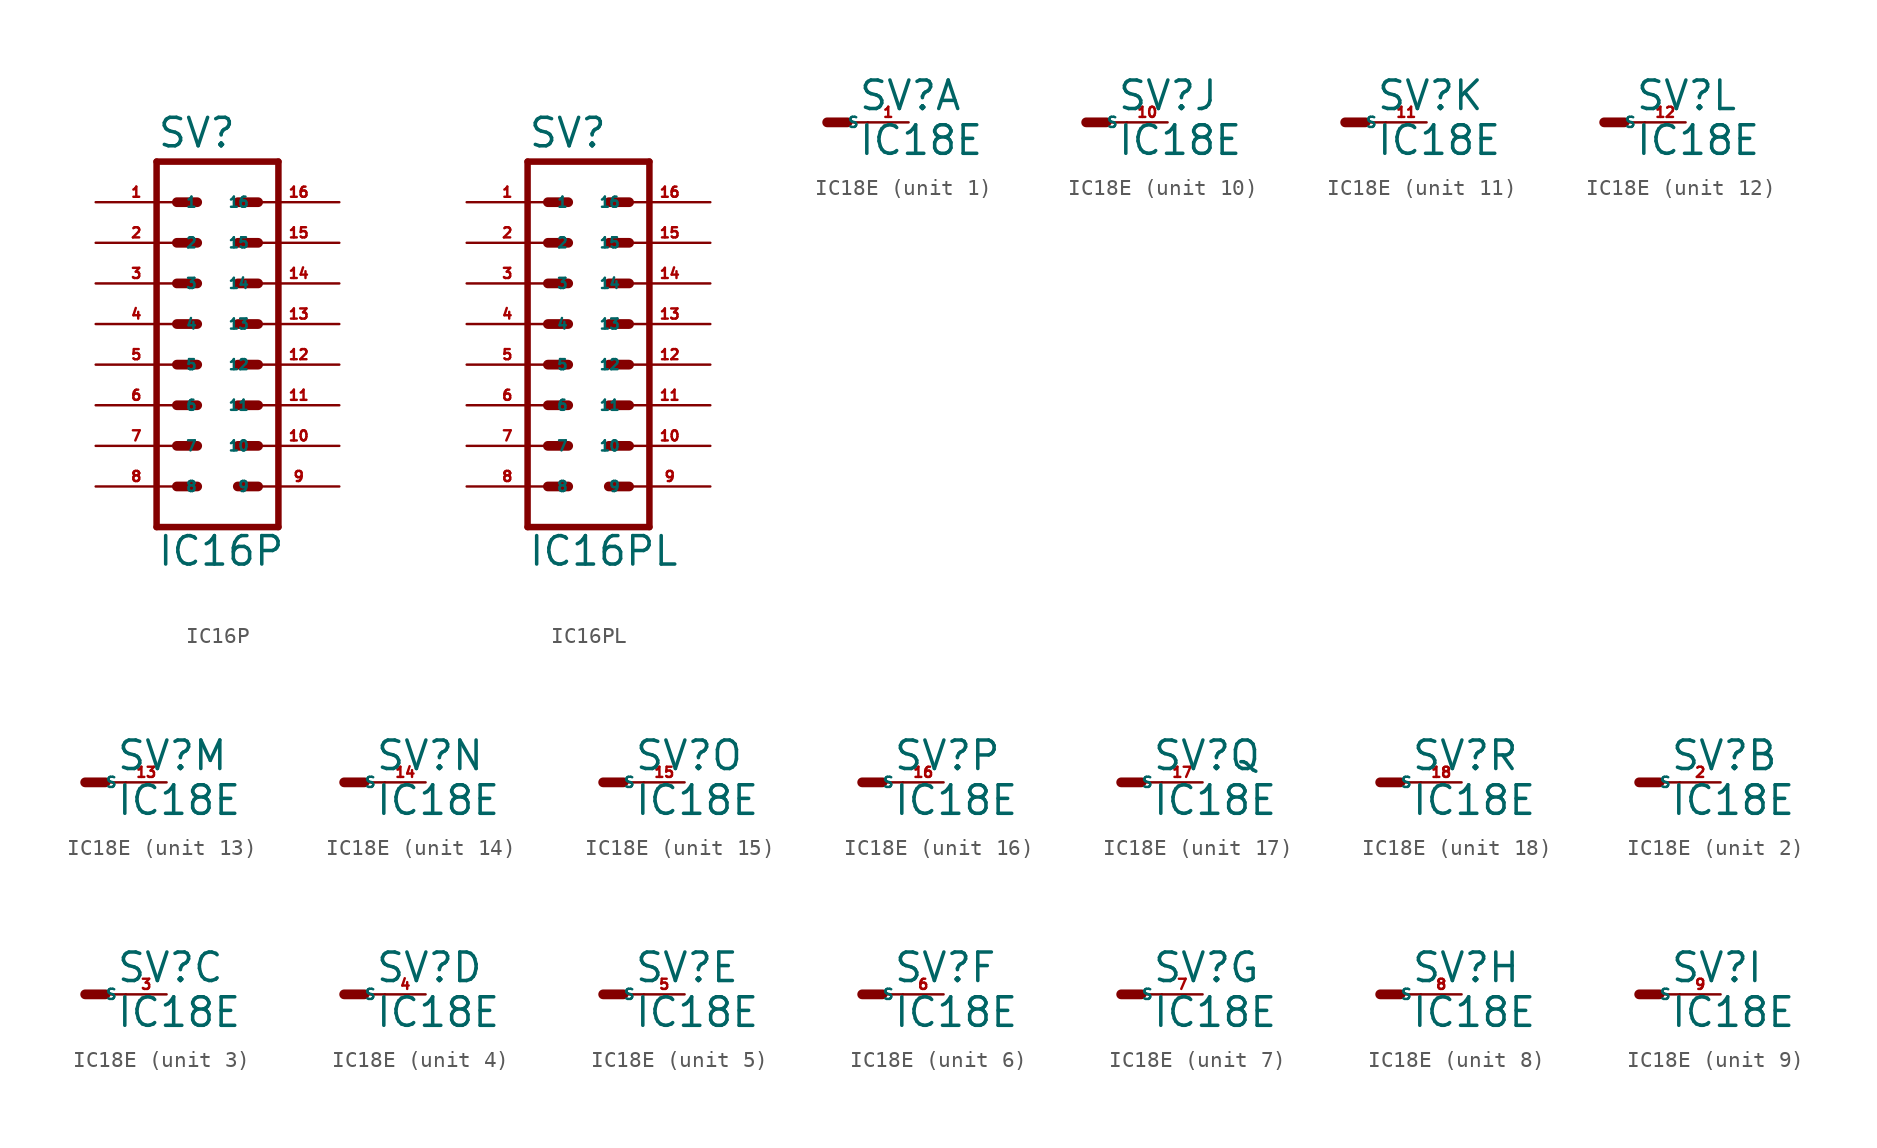
<source format=kicad_sym>
(kicad_symbol_lib
  (version 20220914)
  (generator Eagle2Kicad)
  (symbol "IC16P"
    (property "Reference" "SV"
      (at -3.81 13.462 0)
      (effects (font (size 1.778 1.778) (thickness 0.22)) (justify left bottom)))
    (property "Value" "IC16P"
      (at -3.81 -12.7 0)
      (effects (font (size 1.778 1.778) (thickness 0.22)) (justify left bottom)))
    (polyline
      (pts (xy 3.81 12.7) (xy -3.81 12.7))
      (stroke (width 0.406) (type default))
      (fill (type none)))
    (polyline
      (pts (xy -3.81 -10.16) (xy -3.81 12.7))
      (stroke (width 0.406) (type default))
      (fill (type none)))
    (polyline
      (pts (xy -3.81 -10.16) (xy 3.81 -10.16))
      (stroke (width 0.406) (type default))
      (fill (type none)))
    (polyline
      (pts (xy 3.81 12.7) (xy 3.81 -10.16))
      (stroke (width 0.406) (type default))
      (fill (type none)))
    (polyline
      (pts (xy -2.54 10.16) (xy -1.27 10.16))
      (stroke (width 0.61) (type default))
      (fill (type none)))
    (polyline
      (pts (xy -2.54 7.62) (xy -1.27 7.62))
      (stroke (width 0.61) (type default))
      (fill (type none)))
    (polyline
      (pts (xy -2.54 5.08) (xy -1.27 5.08))
      (stroke (width 0.61) (type default))
      (fill (type none)))
    (polyline
      (pts (xy -2.54 2.54) (xy -1.27 2.54))
      (stroke (width 0.61) (type default))
      (fill (type none)))
    (polyline
      (pts (xy -2.54 0) (xy -1.27 0))
      (stroke (width 0.61) (type default))
      (fill (type none)))
    (polyline
      (pts (xy -2.54 -2.54) (xy -1.27 -2.54))
      (stroke (width 0.61) (type default))
      (fill (type none)))
    (polyline
      (pts (xy -2.54 -5.08) (xy -1.27 -5.08))
      (stroke (width 0.61) (type default))
      (fill (type none)))
    (polyline
      (pts (xy -2.54 -7.62) (xy -1.27 -7.62))
      (stroke (width 0.61) (type default))
      (fill (type none)))
    (polyline
      (pts (xy 2.54 10.16) (xy 1.27 10.16))
      (stroke (width 0.61) (type default))
      (fill (type none)))
    (polyline
      (pts (xy 2.54 7.62) (xy 1.27 7.62))
      (stroke (width 0.61) (type default))
      (fill (type none)))
    (polyline
      (pts (xy 2.54 5.08) (xy 1.27 5.08))
      (stroke (width 0.61) (type default))
      (fill (type none)))
    (polyline
      (pts (xy 2.54 2.54) (xy 1.27 2.54))
      (stroke (width 0.61) (type default))
      (fill (type none)))
    (polyline
      (pts (xy 2.54 0) (xy 1.27 0))
      (stroke (width 0.61) (type default))
      (fill (type none)))
    (polyline
      (pts (xy 2.54 -2.54) (xy 1.27 -2.54))
      (stroke (width 0.61) (type default))
      (fill (type none)))
    (polyline
      (pts (xy 2.54 -5.08) (xy 1.27 -5.08))
      (stroke (width 0.61) (type default))
      (fill (type none)))
    (polyline
      (pts (xy 2.54 -7.62) (xy 1.27 -7.62))
      (stroke (width 0.61) (type default))
      (fill (type none)))
    (pin passive line
      (at 7.62 7.62 180)
      (length 5.08)
      (name "15" (effects (font (size 0.635 0.635) (thickness 0.08)) (justify left bottom)))
      (number "15" (effects (font (size 0.635 0.635) (thickness 0.08)) (justify left bottom))))
    (pin passive line
      (at 7.62 2.54 180)
      (length 5.08)
      (name "13" (effects (font (size 0.635 0.635) (thickness 0.08)) (justify left bottom)))
      (number "13" (effects (font (size 0.635 0.635) (thickness 0.08)) (justify left bottom))))
    (pin passive line
      (at 7.62 -2.54 180)
      (length 5.08)
      (name "11" (effects (font (size 0.635 0.635) (thickness 0.08)) (justify left bottom)))
      (number "11" (effects (font (size 0.635 0.635) (thickness 0.08)) (justify left bottom))))
    (pin passive line
      (at 7.62 -7.62 180)
      (length 5.08)
      (name "9" (effects (font (size 0.635 0.635) (thickness 0.08)) (justify left bottom)))
      (number "9" (effects (font (size 0.635 0.635) (thickness 0.08)) (justify left bottom))))
    (pin passive line
      (at -7.62 -5.08 0)
      (length 5.08)
      (name "7" (effects (font (size 0.635 0.635) (thickness 0.08)) (justify left bottom)))
      (number "7" (effects (font (size 0.635 0.635) (thickness 0.08)) (justify left bottom))))
    (pin passive line
      (at -7.62 0 0)
      (length 5.08)
      (name "5" (effects (font (size 0.635 0.635) (thickness 0.08)) (justify left bottom)))
      (number "5" (effects (font (size 0.635 0.635) (thickness 0.08)) (justify left bottom))))
    (pin passive line
      (at -7.62 5.08 0)
      (length 5.08)
      (name "3" (effects (font (size 0.635 0.635) (thickness 0.08)) (justify left bottom)))
      (number "3" (effects (font (size 0.635 0.635) (thickness 0.08)) (justify left bottom))))
    (pin passive line
      (at -7.62 10.16 0)
      (length 5.08)
      (name "1" (effects (font (size 0.635 0.635) (thickness 0.08)) (justify left bottom)))
      (number "1" (effects (font (size 0.635 0.635) (thickness 0.08)) (justify left bottom))))
    (pin passive line
      (at 7.62 10.16 180)
      (length 5.08)
      (name "16" (effects (font (size 0.635 0.635) (thickness 0.08)) (justify left bottom)))
      (number "16" (effects (font (size 0.635 0.635) (thickness 0.08)) (justify left bottom))))
    (pin passive line
      (at 7.62 5.08 180)
      (length 5.08)
      (name "14" (effects (font (size 0.635 0.635) (thickness 0.08)) (justify left bottom)))
      (number "14" (effects (font (size 0.635 0.635) (thickness 0.08)) (justify left bottom))))
    (pin passive line
      (at 7.62 0 180)
      (length 5.08)
      (name "12" (effects (font (size 0.635 0.635) (thickness 0.08)) (justify left bottom)))
      (number "12" (effects (font (size 0.635 0.635) (thickness 0.08)) (justify left bottom))))
    (pin passive line
      (at 7.62 -5.08 180)
      (length 5.08)
      (name "10" (effects (font (size 0.635 0.635) (thickness 0.08)) (justify left bottom)))
      (number "10" (effects (font (size 0.635 0.635) (thickness 0.08)) (justify left bottom))))
    (pin passive line
      (at -7.62 -7.62 0)
      (length 5.08)
      (name "8" (effects (font (size 0.635 0.635) (thickness 0.08)) (justify left bottom)))
      (number "8" (effects (font (size 0.635 0.635) (thickness 0.08)) (justify left bottom))))
    (pin passive line
      (at -7.62 -2.54 0)
      (length 5.08)
      (name "6" (effects (font (size 0.635 0.635) (thickness 0.08)) (justify left bottom)))
      (number "6" (effects (font (size 0.635 0.635) (thickness 0.08)) (justify left bottom))))
    (pin passive line
      (at -7.62 2.54 0)
      (length 5.08)
      (name "4" (effects (font (size 0.635 0.635) (thickness 0.08)) (justify left bottom)))
      (number "4" (effects (font (size 0.635 0.635) (thickness 0.08)) (justify left bottom))))
    (pin passive line
      (at -7.62 7.62 0)
      (length 5.08)
      (name "2" (effects (font (size 0.635 0.635) (thickness 0.08)) (justify left bottom)))
      (number "2" (effects (font (size 0.635 0.635) (thickness 0.08)) (justify left bottom)))))
  (symbol "IC16PL"
    (property "Reference" "SV"
      (at -3.81 13.462 0)
      (effects (font (size 1.778 1.778) (thickness 0.22)) (justify left bottom)))
    (property "Value" "IC16PL"
      (at -3.81 -12.7 0)
      (effects (font (size 1.778 1.778) (thickness 0.22)) (justify left bottom)))
    (polyline
      (pts (xy 3.81 12.7) (xy -3.81 12.7))
      (stroke (width 0.406) (type default))
      (fill (type none)))
    (polyline
      (pts (xy -3.81 -10.16) (xy -3.81 12.7))
      (stroke (width 0.406) (type default))
      (fill (type none)))
    (polyline
      (pts (xy -3.81 -10.16) (xy 3.81 -10.16))
      (stroke (width 0.406) (type default))
      (fill (type none)))
    (polyline
      (pts (xy 3.81 12.7) (xy 3.81 -10.16))
      (stroke (width 0.406) (type default))
      (fill (type none)))
    (polyline
      (pts (xy -2.54 10.16) (xy -1.27 10.16))
      (stroke (width 0.61) (type default))
      (fill (type none)))
    (polyline
      (pts (xy -2.54 7.62) (xy -1.27 7.62))
      (stroke (width 0.61) (type default))
      (fill (type none)))
    (polyline
      (pts (xy -2.54 5.08) (xy -1.27 5.08))
      (stroke (width 0.61) (type default))
      (fill (type none)))
    (polyline
      (pts (xy -2.54 2.54) (xy -1.27 2.54))
      (stroke (width 0.61) (type default))
      (fill (type none)))
    (polyline
      (pts (xy -2.54 0) (xy -1.27 0))
      (stroke (width 0.61) (type default))
      (fill (type none)))
    (polyline
      (pts (xy -2.54 -2.54) (xy -1.27 -2.54))
      (stroke (width 0.61) (type default))
      (fill (type none)))
    (polyline
      (pts (xy -2.54 -5.08) (xy -1.27 -5.08))
      (stroke (width 0.61) (type default))
      (fill (type none)))
    (polyline
      (pts (xy -2.54 -7.62) (xy -1.27 -7.62))
      (stroke (width 0.61) (type default))
      (fill (type none)))
    (polyline
      (pts (xy 2.54 10.16) (xy 1.27 10.16))
      (stroke (width 0.61) (type default))
      (fill (type none)))
    (polyline
      (pts (xy 2.54 7.62) (xy 1.27 7.62))
      (stroke (width 0.61) (type default))
      (fill (type none)))
    (polyline
      (pts (xy 2.54 5.08) (xy 1.27 5.08))
      (stroke (width 0.61) (type default))
      (fill (type none)))
    (polyline
      (pts (xy 2.54 2.54) (xy 1.27 2.54))
      (stroke (width 0.61) (type default))
      (fill (type none)))
    (polyline
      (pts (xy 2.54 0) (xy 1.27 0))
      (stroke (width 0.61) (type default))
      (fill (type none)))
    (polyline
      (pts (xy 2.54 -2.54) (xy 1.27 -2.54))
      (stroke (width 0.61) (type default))
      (fill (type none)))
    (polyline
      (pts (xy 2.54 -5.08) (xy 1.27 -5.08))
      (stroke (width 0.61) (type default))
      (fill (type none)))
    (polyline
      (pts (xy 2.54 -7.62) (xy 1.27 -7.62))
      (stroke (width 0.61) (type default))
      (fill (type none)))
    (pin passive line
      (at 7.62 7.62 180)
      (length 5.08)
      (name "15" (effects (font (size 0.635 0.635) (thickness 0.08)) (justify left bottom)))
      (number "15" (effects (font (size 0.635 0.635) (thickness 0.08)) (justify left bottom))))
    (pin passive line
      (at 7.62 2.54 180)
      (length 5.08)
      (name "13" (effects (font (size 0.635 0.635) (thickness 0.08)) (justify left bottom)))
      (number "13" (effects (font (size 0.635 0.635) (thickness 0.08)) (justify left bottom))))
    (pin passive line
      (at 7.62 -2.54 180)
      (length 5.08)
      (name "11" (effects (font (size 0.635 0.635) (thickness 0.08)) (justify left bottom)))
      (number "11" (effects (font (size 0.635 0.635) (thickness 0.08)) (justify left bottom))))
    (pin passive line
      (at 7.62 -7.62 180)
      (length 5.08)
      (name "9" (effects (font (size 0.635 0.635) (thickness 0.08)) (justify left bottom)))
      (number "9" (effects (font (size 0.635 0.635) (thickness 0.08)) (justify left bottom))))
    (pin passive line
      (at -7.62 -5.08 0)
      (length 5.08)
      (name "7" (effects (font (size 0.635 0.635) (thickness 0.08)) (justify left bottom)))
      (number "7" (effects (font (size 0.635 0.635) (thickness 0.08)) (justify left bottom))))
    (pin passive line
      (at -7.62 0 0)
      (length 5.08)
      (name "5" (effects (font (size 0.635 0.635) (thickness 0.08)) (justify left bottom)))
      (number "5" (effects (font (size 0.635 0.635) (thickness 0.08)) (justify left bottom))))
    (pin passive line
      (at -7.62 5.08 0)
      (length 5.08)
      (name "3" (effects (font (size 0.635 0.635) (thickness 0.08)) (justify left bottom)))
      (number "3" (effects (font (size 0.635 0.635) (thickness 0.08)) (justify left bottom))))
    (pin passive line
      (at -7.62 10.16 0)
      (length 5.08)
      (name "1" (effects (font (size 0.635 0.635) (thickness 0.08)) (justify left bottom)))
      (number "1" (effects (font (size 0.635 0.635) (thickness 0.08)) (justify left bottom))))
    (pin passive line
      (at 7.62 10.16 180)
      (length 5.08)
      (name "16" (effects (font (size 0.635 0.635) (thickness 0.08)) (justify left bottom)))
      (number "16" (effects (font (size 0.635 0.635) (thickness 0.08)) (justify left bottom))))
    (pin passive line
      (at 7.62 5.08 180)
      (length 5.08)
      (name "14" (effects (font (size 0.635 0.635) (thickness 0.08)) (justify left bottom)))
      (number "14" (effects (font (size 0.635 0.635) (thickness 0.08)) (justify left bottom))))
    (pin passive line
      (at 7.62 0 180)
      (length 5.08)
      (name "12" (effects (font (size 0.635 0.635) (thickness 0.08)) (justify left bottom)))
      (number "12" (effects (font (size 0.635 0.635) (thickness 0.08)) (justify left bottom))))
    (pin passive line
      (at 7.62 -5.08 180)
      (length 5.08)
      (name "10" (effects (font (size 0.635 0.635) (thickness 0.08)) (justify left bottom)))
      (number "10" (effects (font (size 0.635 0.635) (thickness 0.08)) (justify left bottom))))
    (pin passive line
      (at -7.62 -7.62 0)
      (length 5.08)
      (name "8" (effects (font (size 0.635 0.635) (thickness 0.08)) (justify left bottom)))
      (number "8" (effects (font (size 0.635 0.635) (thickness 0.08)) (justify left bottom))))
    (pin passive line
      (at -7.62 -2.54 0)
      (length 5.08)
      (name "6" (effects (font (size 0.635 0.635) (thickness 0.08)) (justify left bottom)))
      (number "6" (effects (font (size 0.635 0.635) (thickness 0.08)) (justify left bottom))))
    (pin passive line
      (at -7.62 2.54 0)
      (length 5.08)
      (name "4" (effects (font (size 0.635 0.635) (thickness 0.08)) (justify left bottom)))
      (number "4" (effects (font (size 0.635 0.635) (thickness 0.08)) (justify left bottom))))
    (pin passive line
      (at -7.62 7.62 0)
      (length 5.08)
      (name "2" (effects (font (size 0.635 0.635) (thickness 0.08)) (justify left bottom)))
      (number "2" (effects (font (size 0.635 0.635) (thickness 0.08)) (justify left bottom)))))
  (symbol "IC18E"
    (property "Reference" "SV"
      (at 1.905 0.635 0)
      (effects (font (size 1.778 1.778) (thickness 0.22)) (justify left bottom)))
    (property "Value" "IC18E"
      (at 1.905 -2.159 0)
      (effects (font (size 1.778 1.778) (thickness 0.22)) (justify left bottom)))
    (symbol "IC18E_1_0"
      (polyline (pts (xy 0 0) (xy 1.27 0)) (stroke (width 0.61) (type default)) (fill (type none)))
      (polyline (pts (xy 2.54 0) (xy 1.27 0)) (stroke (width 0.152) (type default)) (fill (type none)))
      (pin passive line (at 5.08 0 180) (length 2.54) (name "S" (effects (font (size 0.635 0.635) (thickness 0.08)) (justify left bottom))) (number "1" (effects (font (size 0.635 0.635) (thickness 0.08)) (justify left bottom)))))
    (symbol "IC18E_2_0"
      (polyline (pts (xy 0 0) (xy 1.27 0)) (stroke (width 0.61) (type default)) (fill (type none)))
      (polyline (pts (xy 2.54 0) (xy 1.27 0)) (stroke (width 0.152) (type default)) (fill (type none)))
      (pin passive line (at 5.08 0 180) (length 2.54) (name "S" (effects (font (size 0.635 0.635) (thickness 0.08)) (justify left bottom))) (number "2" (effects (font (size 0.635 0.635) (thickness 0.08)) (justify left bottom)))))
    (symbol "IC18E_3_0"
      (polyline (pts (xy 0 0) (xy 1.27 0)) (stroke (width 0.61) (type default)) (fill (type none)))
      (polyline (pts (xy 2.54 0) (xy 1.27 0)) (stroke (width 0.152) (type default)) (fill (type none)))
      (pin passive line (at 5.08 0 180) (length 2.54) (name "S" (effects (font (size 0.635 0.635) (thickness 0.08)) (justify left bottom))) (number "3" (effects (font (size 0.635 0.635) (thickness 0.08)) (justify left bottom)))))
    (symbol "IC18E_4_0"
      (polyline (pts (xy 0 0) (xy 1.27 0)) (stroke (width 0.61) (type default)) (fill (type none)))
      (polyline (pts (xy 2.54 0) (xy 1.27 0)) (stroke (width 0.152) (type default)) (fill (type none)))
      (pin passive line (at 5.08 0 180) (length 2.54) (name "S" (effects (font (size 0.635 0.635) (thickness 0.08)) (justify left bottom))) (number "4" (effects (font (size 0.635 0.635) (thickness 0.08)) (justify left bottom)))))
    (symbol "IC18E_5_0"
      (polyline (pts (xy 0 0) (xy 1.27 0)) (stroke (width 0.61) (type default)) (fill (type none)))
      (polyline (pts (xy 2.54 0) (xy 1.27 0)) (stroke (width 0.152) (type default)) (fill (type none)))
      (pin passive line (at 5.08 0 180) (length 2.54) (name "S" (effects (font (size 0.635 0.635) (thickness 0.08)) (justify left bottom))) (number "5" (effects (font (size 0.635 0.635) (thickness 0.08)) (justify left bottom)))))
    (symbol "IC18E_6_0"
      (polyline (pts (xy 0 0) (xy 1.27 0)) (stroke (width 0.61) (type default)) (fill (type none)))
      (polyline (pts (xy 2.54 0) (xy 1.27 0)) (stroke (width 0.152) (type default)) (fill (type none)))
      (pin passive line (at 5.08 0 180) (length 2.54) (name "S" (effects (font (size 0.635 0.635) (thickness 0.08)) (justify left bottom))) (number "6" (effects (font (size 0.635 0.635) (thickness 0.08)) (justify left bottom)))))
    (symbol "IC18E_7_0"
      (polyline (pts (xy 0 0) (xy 1.27 0)) (stroke (width 0.61) (type default)) (fill (type none)))
      (polyline (pts (xy 2.54 0) (xy 1.27 0)) (stroke (width 0.152) (type default)) (fill (type none)))
      (pin passive line (at 5.08 0 180) (length 2.54) (name "S" (effects (font (size 0.635 0.635) (thickness 0.08)) (justify left bottom))) (number "7" (effects (font (size 0.635 0.635) (thickness 0.08)) (justify left bottom)))))
    (symbol "IC18E_8_0"
      (polyline (pts (xy 0 0) (xy 1.27 0)) (stroke (width 0.61) (type default)) (fill (type none)))
      (polyline (pts (xy 2.54 0) (xy 1.27 0)) (stroke (width 0.152) (type default)) (fill (type none)))
      (pin passive line (at 5.08 0 180) (length 2.54) (name "S" (effects (font (size 0.635 0.635) (thickness 0.08)) (justify left bottom))) (number "8" (effects (font (size 0.635 0.635) (thickness 0.08)) (justify left bottom)))))
    (symbol "IC18E_9_0"
      (polyline (pts (xy 0 0) (xy 1.27 0)) (stroke (width 0.61) (type default)) (fill (type none)))
      (polyline (pts (xy 2.54 0) (xy 1.27 0)) (stroke (width 0.152) (type default)) (fill (type none)))
      (pin passive line (at 5.08 0 180) (length 2.54) (name "S" (effects (font (size 0.635 0.635) (thickness 0.08)) (justify left bottom))) (number "9" (effects (font (size 0.635 0.635) (thickness 0.08)) (justify left bottom)))))
    (symbol "IC18E_10_0"
      (polyline (pts (xy 0 0) (xy 1.27 0)) (stroke (width 0.61) (type default)) (fill (type none)))
      (polyline (pts (xy 2.54 0) (xy 1.27 0)) (stroke (width 0.152) (type default)) (fill (type none)))
      (pin passive line (at 5.08 0 180) (length 2.54) (name "S" (effects (font (size 0.635 0.635) (thickness 0.08)) (justify left bottom))) (number "10" (effects (font (size 0.635 0.635) (thickness 0.08)) (justify left bottom)))))
    (symbol "IC18E_11_0"
      (polyline (pts (xy 0 0) (xy 1.27 0)) (stroke (width 0.61) (type default)) (fill (type none)))
      (polyline (pts (xy 2.54 0) (xy 1.27 0)) (stroke (width 0.152) (type default)) (fill (type none)))
      (pin passive line (at 5.08 0 180) (length 2.54) (name "S" (effects (font (size 0.635 0.635) (thickness 0.08)) (justify left bottom))) (number "11" (effects (font (size 0.635 0.635) (thickness 0.08)) (justify left bottom)))))
    (symbol "IC18E_12_0"
      (polyline (pts (xy 0 0) (xy 1.27 0)) (stroke (width 0.61) (type default)) (fill (type none)))
      (polyline (pts (xy 2.54 0) (xy 1.27 0)) (stroke (width 0.152) (type default)) (fill (type none)))
      (pin passive line (at 5.08 0 180) (length 2.54) (name "S" (effects (font (size 0.635 0.635) (thickness 0.08)) (justify left bottom))) (number "12" (effects (font (size 0.635 0.635) (thickness 0.08)) (justify left bottom)))))
    (symbol "IC18E_13_0"
      (polyline (pts (xy 0 0) (xy 1.27 0)) (stroke (width 0.61) (type default)) (fill (type none)))
      (polyline (pts (xy 2.54 0) (xy 1.27 0)) (stroke (width 0.152) (type default)) (fill (type none)))
      (pin passive line (at 5.08 0 180) (length 2.54) (name "S" (effects (font (size 0.635 0.635) (thickness 0.08)) (justify left bottom))) (number "13" (effects (font (size 0.635 0.635) (thickness 0.08)) (justify left bottom)))))
    (symbol "IC18E_14_0"
      (polyline (pts (xy 0 0) (xy 1.27 0)) (stroke (width 0.61) (type default)) (fill (type none)))
      (polyline (pts (xy 2.54 0) (xy 1.27 0)) (stroke (width 0.152) (type default)) (fill (type none)))
      (pin passive line (at 5.08 0 180) (length 2.54) (name "S" (effects (font (size 0.635 0.635) (thickness 0.08)) (justify left bottom))) (number "14" (effects (font (size 0.635 0.635) (thickness 0.08)) (justify left bottom)))))
    (symbol "IC18E_15_0"
      (polyline (pts (xy 0 0) (xy 1.27 0)) (stroke (width 0.61) (type default)) (fill (type none)))
      (polyline (pts (xy 2.54 0) (xy 1.27 0)) (stroke (width 0.152) (type default)) (fill (type none)))
      (pin passive line (at 5.08 0 180) (length 2.54) (name "S" (effects (font (size 0.635 0.635) (thickness 0.08)) (justify left bottom))) (number "15" (effects (font (size 0.635 0.635) (thickness 0.08)) (justify left bottom)))))
    (symbol "IC18E_16_0"
      (polyline (pts (xy 0 0) (xy 1.27 0)) (stroke (width 0.61) (type default)) (fill (type none)))
      (polyline (pts (xy 2.54 0) (xy 1.27 0)) (stroke (width 0.152) (type default)) (fill (type none)))
      (pin passive line (at 5.08 0 180) (length 2.54) (name "S" (effects (font (size 0.635 0.635) (thickness 0.08)) (justify left bottom))) (number "16" (effects (font (size 0.635 0.635) (thickness 0.08)) (justify left bottom)))))
    (symbol "IC18E_17_0"
      (polyline (pts (xy 0 0) (xy 1.27 0)) (stroke (width 0.61) (type default)) (fill (type none)))
      (polyline (pts (xy 2.54 0) (xy 1.27 0)) (stroke (width 0.152) (type default)) (fill (type none)))
      (pin passive line (at 5.08 0 180) (length 2.54) (name "S" (effects (font (size 0.635 0.635) (thickness 0.08)) (justify left bottom))) (number "17" (effects (font (size 0.635 0.635) (thickness 0.08)) (justify left bottom)))))
    (symbol "IC18E_18_0"
      (polyline (pts (xy 0 0) (xy 1.27 0)) (stroke (width 0.61) (type default)) (fill (type none)))
      (polyline (pts (xy 2.54 0) (xy 1.27 0)) (stroke (width 0.152) (type default)) (fill (type none)))
      (pin passive line (at 5.08 0 180) (length 2.54) (name "S" (effects (font (size 0.635 0.635) (thickness 0.08)) (justify left bottom))) (number "18" (effects (font (size 0.635 0.635) (thickness 0.08)) (justify left bottom)))))))
</source>
